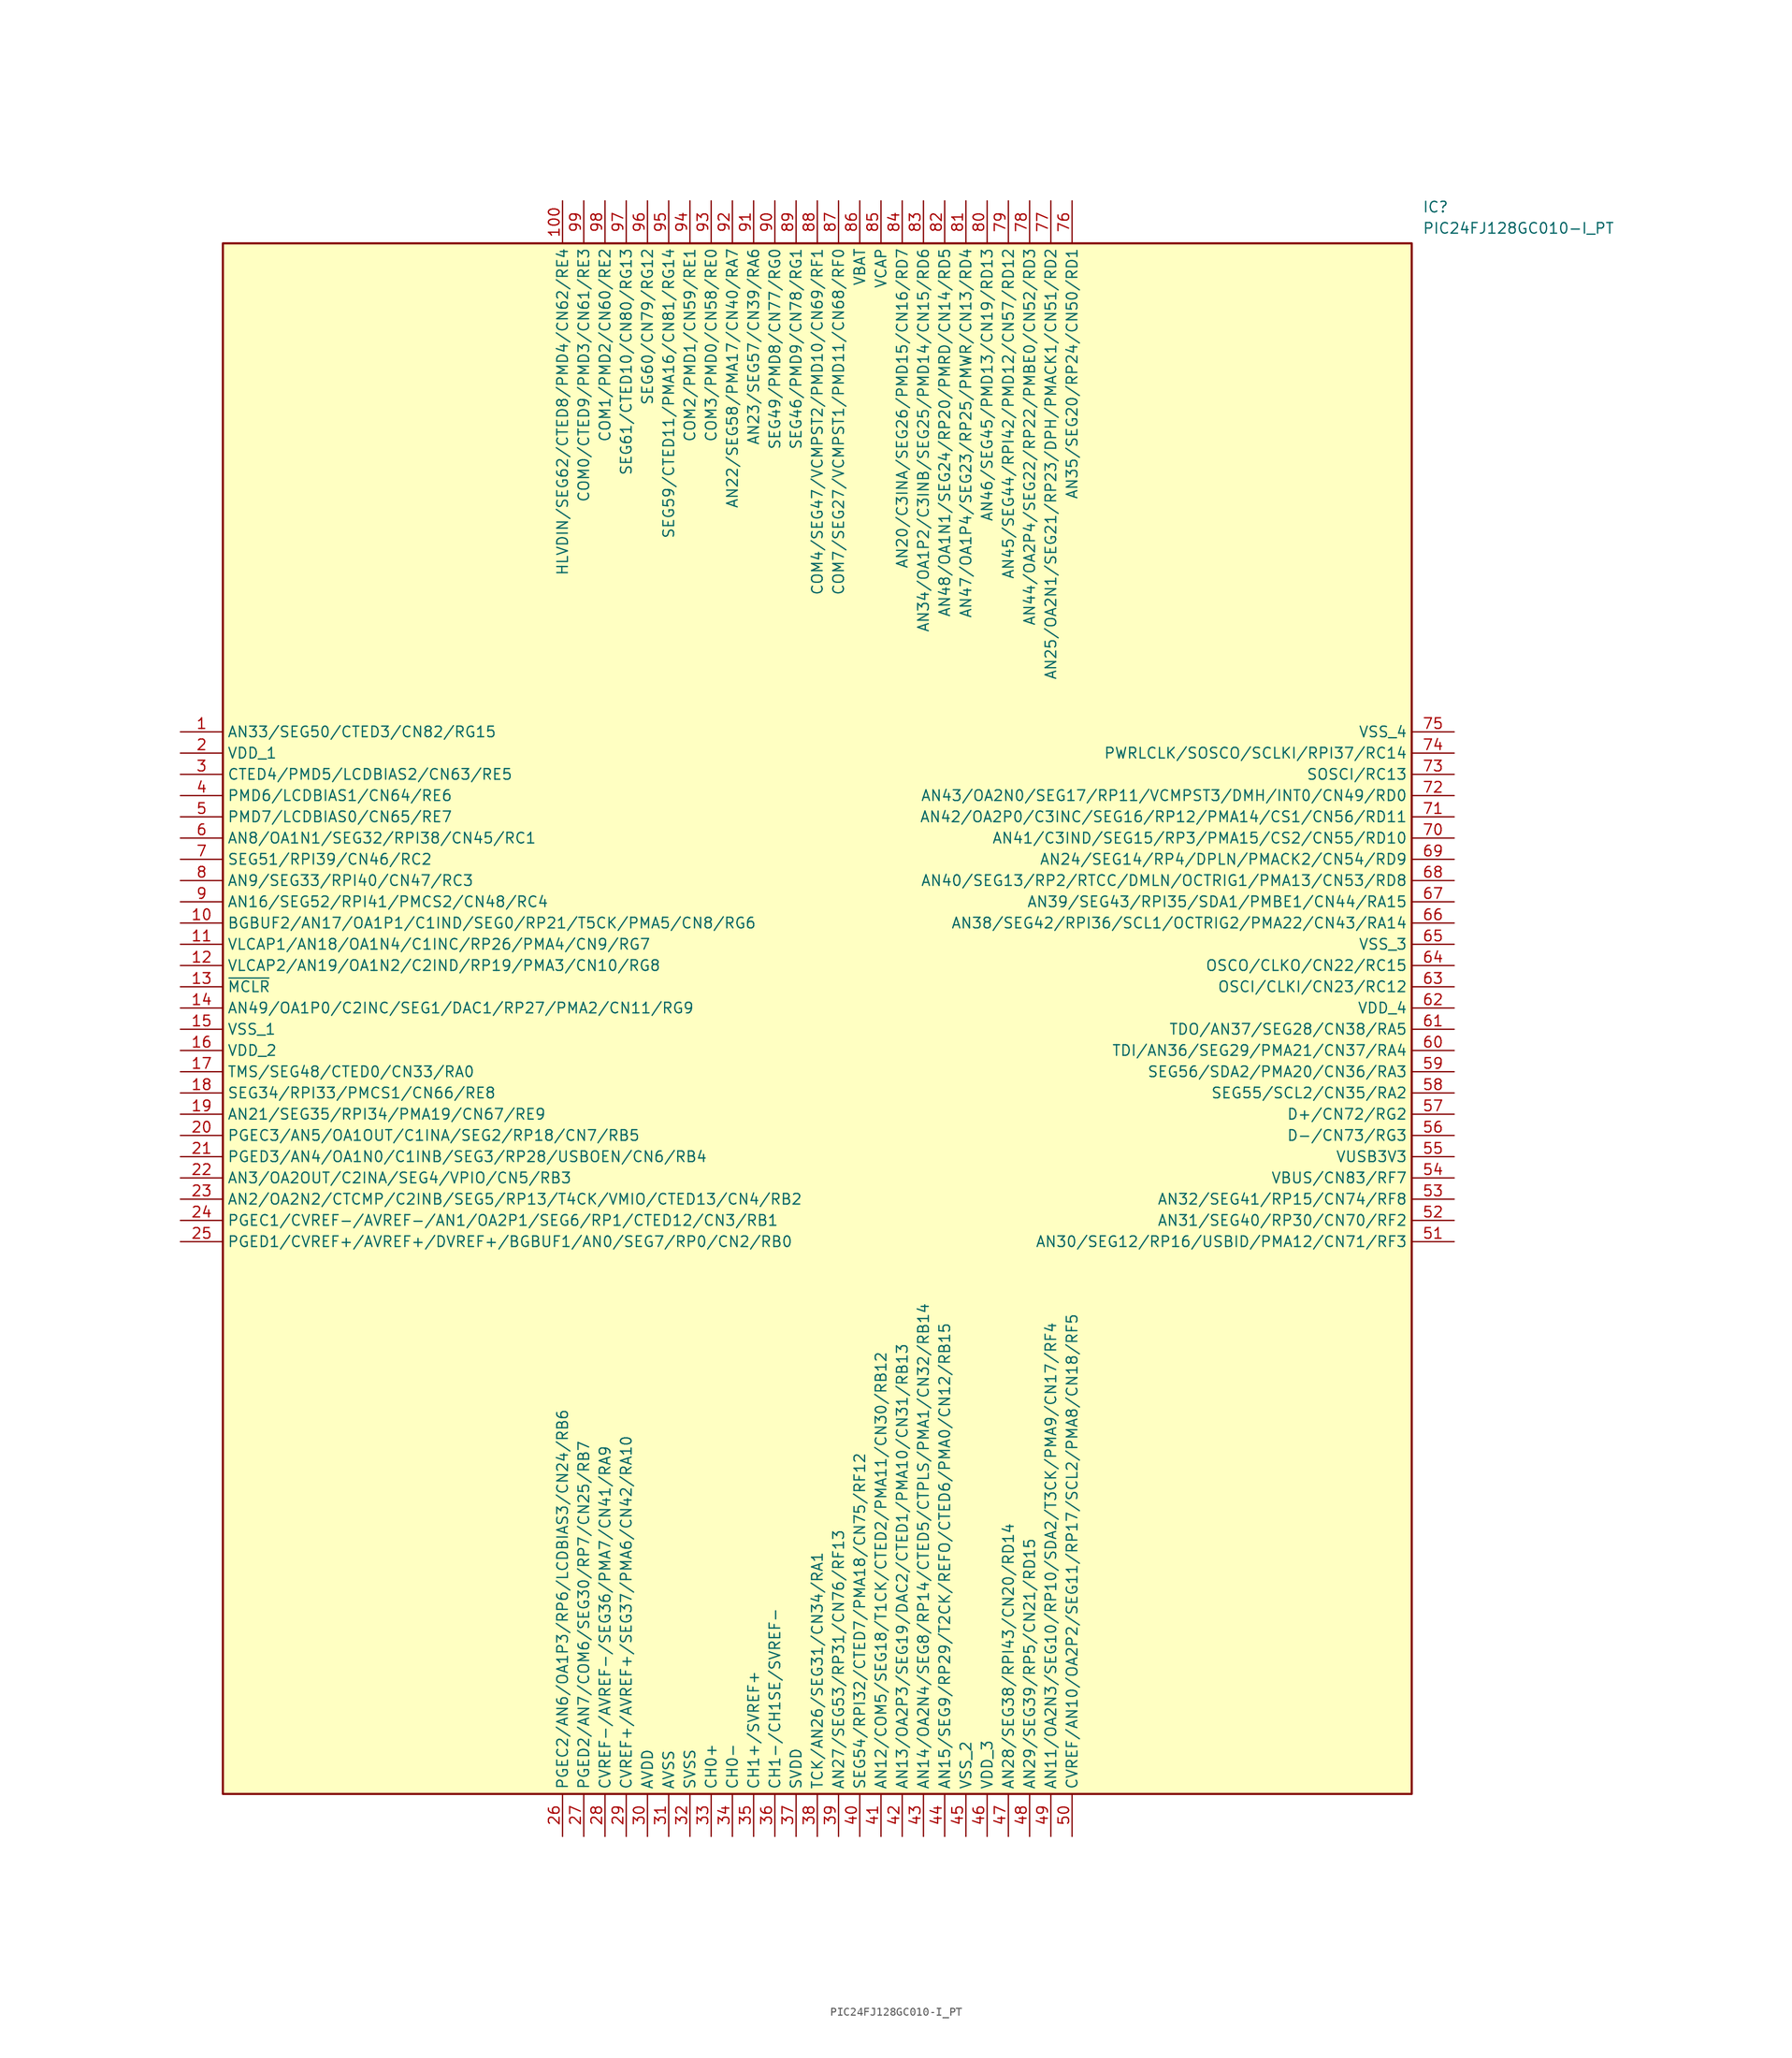
<source format=kicad_sym>
(kicad_symbol_lib
  (version 20211014)
  (generator SamacSys_ECAD_Model)
  (symbol "PIC24FJ128GC010-I_PT"
    (property "Reference" "IC"
      (at 148.59 63.5 0)
      (effects (font (size 1.27 1.27)) (justify left top)))
    (property "Value" "PIC24FJ128GC010-I_PT"
      (at 148.59 60.96 0)
      (effects (font (size 1.27 1.27)) (justify left top)))
    (rectangle
      (start 5.08 58.42)
      (end 147.32 -127)
      (stroke (width 0.254) (type default))
      (fill (type background)))
    (pin passive line
      (at 0 0 0)
      (length 5.08)
      (name "AN33/SEG50/CTED3/CN82/RG15" (effects (font (size 1.27 1.27))))
      (number "1" (effects (font (size 1.27 1.27)))))
    (pin passive line
      (at 0 -2.54 0)
      (length 5.08)
      (name "VDD_1" (effects (font (size 1.27 1.27))))
      (number "2" (effects (font (size 1.27 1.27)))))
    (pin passive line
      (at 0 -5.08 0)
      (length 5.08)
      (name "CTED4/PMD5/LCDBIAS2/CN63/RE5" (effects (font (size 1.27 1.27))))
      (number "3" (effects (font (size 1.27 1.27)))))
    (pin passive line
      (at 0 -7.62 0)
      (length 5.08)
      (name "PMD6/LCDBIAS1/CN64/RE6" (effects (font (size 1.27 1.27))))
      (number "4" (effects (font (size 1.27 1.27)))))
    (pin passive line
      (at 0 -10.16 0)
      (length 5.08)
      (name "PMD7/LCDBIAS0/CN65/RE7" (effects (font (size 1.27 1.27))))
      (number "5" (effects (font (size 1.27 1.27)))))
    (pin passive line
      (at 0 -12.7 0)
      (length 5.08)
      (name "AN8/OA1N1/SEG32/RPI38/CN45/RC1" (effects (font (size 1.27 1.27))))
      (number "6" (effects (font (size 1.27 1.27)))))
    (pin passive line
      (at 0 -15.24 0)
      (length 5.08)
      (name "SEG51/RPI39/CN46/RC2" (effects (font (size 1.27 1.27))))
      (number "7" (effects (font (size 1.27 1.27)))))
    (pin passive line
      (at 0 -17.78 0)
      (length 5.08)
      (name "AN9/SEG33/RPI40/CN47/RC3" (effects (font (size 1.27 1.27))))
      (number "8" (effects (font (size 1.27 1.27)))))
    (pin passive line
      (at 0 -20.32 0)
      (length 5.08)
      (name "AN16/SEG52/RPI41/PMCS2/CN48/RC4" (effects (font (size 1.27 1.27))))
      (number "9" (effects (font (size 1.27 1.27)))))
    (pin passive line
      (at 0 -22.86 0)
      (length 5.08)
      (name "BGBUF2/AN17/OA1P1/C1IND/SEG0/RP21/T5CK/PMA5/CN8/RG6" (effects (font (size 1.27 1.27))))
      (number "10" (effects (font (size 1.27 1.27)))))
    (pin passive line
      (at 0 -25.4 0)
      (length 5.08)
      (name "VLCAP1/AN18/OA1N4/C1INC/RP26/PMA4/CN9/RG7" (effects (font (size 1.27 1.27))))
      (number "11" (effects (font (size 1.27 1.27)))))
    (pin passive line
      (at 0 -27.94 0)
      (length 5.08)
      (name "VLCAP2/AN19/OA1N2/C2IND/RP19/PMA3/CN10/RG8" (effects (font (size 1.27 1.27))))
      (number "12" (effects (font (size 1.27 1.27)))))
    (pin passive line
      (at 0 -30.48 0)
      (length 5.08)
      (name "~{MCLR}" (effects (font (size 1.27 1.27))))
      (number "13" (effects (font (size 1.27 1.27)))))
    (pin passive line
      (at 0 -33.02 0)
      (length 5.08)
      (name "AN49/OA1P0/C2INC/SEG1/DAC1/RP27/PMA2/CN11/RG9" (effects (font (size 1.27 1.27))))
      (number "14" (effects (font (size 1.27 1.27)))))
    (pin passive line
      (at 0 -35.56 0)
      (length 5.08)
      (name "VSS_1" (effects (font (size 1.27 1.27))))
      (number "15" (effects (font (size 1.27 1.27)))))
    (pin passive line
      (at 0 -38.1 0)
      (length 5.08)
      (name "VDD_2" (effects (font (size 1.27 1.27))))
      (number "16" (effects (font (size 1.27 1.27)))))
    (pin passive line
      (at 0 -40.64 0)
      (length 5.08)
      (name "TMS/SEG48/CTED0/CN33/RA0" (effects (font (size 1.27 1.27))))
      (number "17" (effects (font (size 1.27 1.27)))))
    (pin passive line
      (at 0 -43.18 0)
      (length 5.08)
      (name "SEG34/RPI33/PMCS1/CN66/RE8" (effects (font (size 1.27 1.27))))
      (number "18" (effects (font (size 1.27 1.27)))))
    (pin passive line
      (at 0 -45.72 0)
      (length 5.08)
      (name "AN21/SEG35/RPI34/PMA19/CN67/RE9" (effects (font (size 1.27 1.27))))
      (number "19" (effects (font (size 1.27 1.27)))))
    (pin passive line
      (at 0 -48.26 0)
      (length 5.08)
      (name "PGEC3/AN5/OA1OUT/C1INA/SEG2/RP18/CN7/RB5" (effects (font (size 1.27 1.27))))
      (number "20" (effects (font (size 1.27 1.27)))))
    (pin passive line
      (at 0 -50.8 0)
      (length 5.08)
      (name "PGED3/AN4/OA1N0/C1INB/SEG3/RP28/USBOEN/CN6/RB4" (effects (font (size 1.27 1.27))))
      (number "21" (effects (font (size 1.27 1.27)))))
    (pin passive line
      (at 0 -53.34 0)
      (length 5.08)
      (name "AN3/OA2OUT/C2INA/SEG4/VPIO/CN5/RB3" (effects (font (size 1.27 1.27))))
      (number "22" (effects (font (size 1.27 1.27)))))
    (pin passive line
      (at 0 -55.88 0)
      (length 5.08)
      (name "AN2/OA2N2/CTCMP/C2INB/SEG5/RP13/T4CK/VMIO/CTED13/CN4/RB2" (effects (font (size 1.27 1.27))))
      (number "23" (effects (font (size 1.27 1.27)))))
    (pin passive line
      (at 0 -58.42 0)
      (length 5.08)
      (name "PGEC1/CVREF-/AVREF-/AN1/OA2P1/SEG6/RP1/CTED12/CN3/RB1" (effects (font (size 1.27 1.27))))
      (number "24" (effects (font (size 1.27 1.27)))))
    (pin passive line
      (at 0 -60.96 0)
      (length 5.08)
      (name "PGED1/CVREF+/AVREF+/DVREF+/BGBUF1/AN0/SEG7/RP0/CN2/RB0" (effects (font (size 1.27 1.27))))
      (number "25" (effects (font (size 1.27 1.27)))))
    (pin passive line
      (at 45.72 -132.08 90)
      (length 5.08)
      (name "PGEC2/AN6/OA1P3/RP6/LCDBIAS3/CN24/RB6" (effects (font (size 1.27 1.27))))
      (number "26" (effects (font (size 1.27 1.27)))))
    (pin passive line
      (at 48.26 -132.08 90)
      (length 5.08)
      (name "PGED2/AN7/COM6/SEG30/RP7/CN25/RB7" (effects (font (size 1.27 1.27))))
      (number "27" (effects (font (size 1.27 1.27)))))
    (pin passive line
      (at 50.8 -132.08 90)
      (length 5.08)
      (name "CVREF-/AVREF-/SEG36/PMA7/CN41/RA9" (effects (font (size 1.27 1.27))))
      (number "28" (effects (font (size 1.27 1.27)))))
    (pin passive line
      (at 53.34 -132.08 90)
      (length 5.08)
      (name "CVREF+/AVREF+/SEG37/PMA6/CN42/RA10" (effects (font (size 1.27 1.27))))
      (number "29" (effects (font (size 1.27 1.27)))))
    (pin passive line
      (at 55.88 -132.08 90)
      (length 5.08)
      (name "AVDD" (effects (font (size 1.27 1.27))))
      (number "30" (effects (font (size 1.27 1.27)))))
    (pin passive line
      (at 58.42 -132.08 90)
      (length 5.08)
      (name "AVSS" (effects (font (size 1.27 1.27))))
      (number "31" (effects (font (size 1.27 1.27)))))
    (pin passive line
      (at 60.96 -132.08 90)
      (length 5.08)
      (name "SVSS" (effects (font (size 1.27 1.27))))
      (number "32" (effects (font (size 1.27 1.27)))))
    (pin passive line
      (at 63.5 -132.08 90)
      (length 5.08)
      (name "CH0+" (effects (font (size 1.27 1.27))))
      (number "33" (effects (font (size 1.27 1.27)))))
    (pin passive line
      (at 66.04 -132.08 90)
      (length 5.08)
      (name "CH0-" (effects (font (size 1.27 1.27))))
      (number "34" (effects (font (size 1.27 1.27)))))
    (pin passive line
      (at 68.58 -132.08 90)
      (length 5.08)
      (name "CH1+/SVREF+" (effects (font (size 1.27 1.27))))
      (number "35" (effects (font (size 1.27 1.27)))))
    (pin passive line
      (at 71.12 -132.08 90)
      (length 5.08)
      (name "CH1-/CH1SE/SVREF-" (effects (font (size 1.27 1.27))))
      (number "36" (effects (font (size 1.27 1.27)))))
    (pin passive line
      (at 73.66 -132.08 90)
      (length 5.08)
      (name "SVDD" (effects (font (size 1.27 1.27))))
      (number "37" (effects (font (size 1.27 1.27)))))
    (pin passive line
      (at 76.2 -132.08 90)
      (length 5.08)
      (name "TCK/AN26/SEG31/CN34/RA1" (effects (font (size 1.27 1.27))))
      (number "38" (effects (font (size 1.27 1.27)))))
    (pin passive line
      (at 78.74 -132.08 90)
      (length 5.08)
      (name "AN27/SEG53/RP31/CN76/RF13" (effects (font (size 1.27 1.27))))
      (number "39" (effects (font (size 1.27 1.27)))))
    (pin passive line
      (at 81.28 -132.08 90)
      (length 5.08)
      (name "SEG54/RPI32/CTED7/PMA18/CN75/RF12" (effects (font (size 1.27 1.27))))
      (number "40" (effects (font (size 1.27 1.27)))))
    (pin passive line
      (at 83.82 -132.08 90)
      (length 5.08)
      (name "AN12/COM5/SEG18/T1CK/CTED2/PMA11/CN30/RB12" (effects (font (size 1.27 1.27))))
      (number "41" (effects (font (size 1.27 1.27)))))
    (pin passive line
      (at 86.36 -132.08 90)
      (length 5.08)
      (name "AN13/OA2P3/SEG19/DAC2/CTED1/PMA10/CN31/RB13" (effects (font (size 1.27 1.27))))
      (number "42" (effects (font (size 1.27 1.27)))))
    (pin passive line
      (at 88.9 -132.08 90)
      (length 5.08)
      (name "AN14/OA2N4/SEG8/RP14/CTED5/CTPLS/PMA1/CN32/RB14" (effects (font (size 1.27 1.27))))
      (number "43" (effects (font (size 1.27 1.27)))))
    (pin passive line
      (at 91.44 -132.08 90)
      (length 5.08)
      (name "AN15/SEG9/RP29/T2CK/REFO/CTED6/PMA0/CN12/RB15" (effects (font (size 1.27 1.27))))
      (number "44" (effects (font (size 1.27 1.27)))))
    (pin passive line
      (at 93.98 -132.08 90)
      (length 5.08)
      (name "VSS_2" (effects (font (size 1.27 1.27))))
      (number "45" (effects (font (size 1.27 1.27)))))
    (pin passive line
      (at 96.52 -132.08 90)
      (length 5.08)
      (name "VDD_3" (effects (font (size 1.27 1.27))))
      (number "46" (effects (font (size 1.27 1.27)))))
    (pin passive line
      (at 99.06 -132.08 90)
      (length 5.08)
      (name "AN28/SEG38/RPI43/CN20/RD14" (effects (font (size 1.27 1.27))))
      (number "47" (effects (font (size 1.27 1.27)))))
    (pin passive line
      (at 101.6 -132.08 90)
      (length 5.08)
      (name "AN29/SEG39/RP5/CN21/RD15" (effects (font (size 1.27 1.27))))
      (number "48" (effects (font (size 1.27 1.27)))))
    (pin passive line
      (at 104.14 -132.08 90)
      (length 5.08)
      (name "AN11/OA2N3/SEG10/RP10/SDA2/T3CK/PMA9/CN17/RF4" (effects (font (size 1.27 1.27))))
      (number "49" (effects (font (size 1.27 1.27)))))
    (pin passive line
      (at 106.68 -132.08 90)
      (length 5.08)
      (name "CVREF/AN10/OA2P2/SEG11/RP17/SCL2/PMA8/CN18/RF5" (effects (font (size 1.27 1.27))))
      (number "50" (effects (font (size 1.27 1.27)))))
    (pin passive line
      (at 152.4 0 180)
      (length 5.08)
      (name "VSS_4" (effects (font (size 1.27 1.27))))
      (number "75" (effects (font (size 1.27 1.27)))))
    (pin passive line
      (at 152.4 -2.54 180)
      (length 5.08)
      (name "PWRLCLK/SOSCO/SCLKI/RPI37/RC14" (effects (font (size 1.27 1.27))))
      (number "74" (effects (font (size 1.27 1.27)))))
    (pin passive line
      (at 152.4 -5.08 180)
      (length 5.08)
      (name "SOSCI/RC13" (effects (font (size 1.27 1.27))))
      (number "73" (effects (font (size 1.27 1.27)))))
    (pin passive line
      (at 152.4 -7.62 180)
      (length 5.08)
      (name "AN43/OA2N0/SEG17/RP11/VCMPST3/DMH/INT0/CN49/RD0" (effects (font (size 1.27 1.27))))
      (number "72" (effects (font (size 1.27 1.27)))))
    (pin passive line
      (at 152.4 -10.16 180)
      (length 5.08)
      (name "AN42/OA2P0/C3INC/SEG16/RP12/PMA14/CS1/CN56/RD11" (effects (font (size 1.27 1.27))))
      (number "71" (effects (font (size 1.27 1.27)))))
    (pin passive line
      (at 152.4 -12.7 180)
      (length 5.08)
      (name "AN41/C3IND/SEG15/RP3/PMA15/CS2/CN55/RD10" (effects (font (size 1.27 1.27))))
      (number "70" (effects (font (size 1.27 1.27)))))
    (pin passive line
      (at 152.4 -15.24 180)
      (length 5.08)
      (name "AN24/SEG14/RP4/DPLN/PMACK2/CN54/RD9" (effects (font (size 1.27 1.27))))
      (number "69" (effects (font (size 1.27 1.27)))))
    (pin passive line
      (at 152.4 -17.78 180)
      (length 5.08)
      (name "AN40/SEG13/RP2/RTCC/DMLN/OCTRIG1/PMA13/CN53/RD8" (effects (font (size 1.27 1.27))))
      (number "68" (effects (font (size 1.27 1.27)))))
    (pin passive line
      (at 152.4 -20.32 180)
      (length 5.08)
      (name "AN39/SEG43/RPI35/SDA1/PMBE1/CN44/RA15" (effects (font (size 1.27 1.27))))
      (number "67" (effects (font (size 1.27 1.27)))))
    (pin passive line
      (at 152.4 -22.86 180)
      (length 5.08)
      (name "AN38/SEG42/RPI36/SCL1/OCTRIG2/PMA22/CN43/RA14" (effects (font (size 1.27 1.27))))
      (number "66" (effects (font (size 1.27 1.27)))))
    (pin passive line
      (at 152.4 -25.4 180)
      (length 5.08)
      (name "VSS_3" (effects (font (size 1.27 1.27))))
      (number "65" (effects (font (size 1.27 1.27)))))
    (pin passive line
      (at 152.4 -27.94 180)
      (length 5.08)
      (name "OSCO/CLKO/CN22/RC15" (effects (font (size 1.27 1.27))))
      (number "64" (effects (font (size 1.27 1.27)))))
    (pin passive line
      (at 152.4 -30.48 180)
      (length 5.08)
      (name "OSCI/CLKI/CN23/RC12" (effects (font (size 1.27 1.27))))
      (number "63" (effects (font (size 1.27 1.27)))))
    (pin passive line
      (at 152.4 -33.02 180)
      (length 5.08)
      (name "VDD_4" (effects (font (size 1.27 1.27))))
      (number "62" (effects (font (size 1.27 1.27)))))
    (pin passive line
      (at 152.4 -35.56 180)
      (length 5.08)
      (name "TDO/AN37/SEG28/CN38/RA5" (effects (font (size 1.27 1.27))))
      (number "61" (effects (font (size 1.27 1.27)))))
    (pin passive line
      (at 152.4 -38.1 180)
      (length 5.08)
      (name "TDI/AN36/SEG29/PMA21/CN37/RA4" (effects (font (size 1.27 1.27))))
      (number "60" (effects (font (size 1.27 1.27)))))
    (pin passive line
      (at 152.4 -40.64 180)
      (length 5.08)
      (name "SEG56/SDA2/PMA20/CN36/RA3" (effects (font (size 1.27 1.27))))
      (number "59" (effects (font (size 1.27 1.27)))))
    (pin passive line
      (at 152.4 -43.18 180)
      (length 5.08)
      (name "SEG55/SCL2/CN35/RA2" (effects (font (size 1.27 1.27))))
      (number "58" (effects (font (size 1.27 1.27)))))
    (pin passive line
      (at 152.4 -45.72 180)
      (length 5.08)
      (name "D+/CN72/RG2" (effects (font (size 1.27 1.27))))
      (number "57" (effects (font (size 1.27 1.27)))))
    (pin passive line
      (at 152.4 -48.26 180)
      (length 5.08)
      (name "D-/CN73/RG3" (effects (font (size 1.27 1.27))))
      (number "56" (effects (font (size 1.27 1.27)))))
    (pin passive line
      (at 152.4 -50.8 180)
      (length 5.08)
      (name "VUSB3V3" (effects (font (size 1.27 1.27))))
      (number "55" (effects (font (size 1.27 1.27)))))
    (pin passive line
      (at 152.4 -53.34 180)
      (length 5.08)
      (name "VBUS/CN83/RF7" (effects (font (size 1.27 1.27))))
      (number "54" (effects (font (size 1.27 1.27)))))
    (pin passive line
      (at 152.4 -55.88 180)
      (length 5.08)
      (name "AN32/SEG41/RP15/CN74/RF8" (effects (font (size 1.27 1.27))))
      (number "53" (effects (font (size 1.27 1.27)))))
    (pin passive line
      (at 152.4 -58.42 180)
      (length 5.08)
      (name "AN31/SEG40/RP30/CN70/RF2" (effects (font (size 1.27 1.27))))
      (number "52" (effects (font (size 1.27 1.27)))))
    (pin passive line
      (at 152.4 -60.96 180)
      (length 5.08)
      (name "AN30/SEG12/RP16/USBID/PMA12/CN71/RF3" (effects (font (size 1.27 1.27))))
      (number "51" (effects (font (size 1.27 1.27)))))
    (pin passive line
      (at 45.72 63.5 270)
      (length 5.08)
      (name "HLVDIN/SEG62/CTED8/PMD4/CN62/RE4" (effects (font (size 1.27 1.27))))
      (number "100" (effects (font (size 1.27 1.27)))))
    (pin passive line
      (at 48.26 63.5 270)
      (length 5.08)
      (name "COM0/CTED9/PMD3/CN61/RE3" (effects (font (size 1.27 1.27))))
      (number "99" (effects (font (size 1.27 1.27)))))
    (pin passive line
      (at 50.8 63.5 270)
      (length 5.08)
      (name "COM1/PMD2/CN60/RE2" (effects (font (size 1.27 1.27))))
      (number "98" (effects (font (size 1.27 1.27)))))
    (pin passive line
      (at 53.34 63.5 270)
      (length 5.08)
      (name "SEG61/CTED10/CN80/RG13" (effects (font (size 1.27 1.27))))
      (number "97" (effects (font (size 1.27 1.27)))))
    (pin passive line
      (at 55.88 63.5 270)
      (length 5.08)
      (name "SEG60/CN79/RG12" (effects (font (size 1.27 1.27))))
      (number "96" (effects (font (size 1.27 1.27)))))
    (pin passive line
      (at 58.42 63.5 270)
      (length 5.08)
      (name "SEG59/CTED11/PMA16/CN81/RG14" (effects (font (size 1.27 1.27))))
      (number "95" (effects (font (size 1.27 1.27)))))
    (pin passive line
      (at 60.96 63.5 270)
      (length 5.08)
      (name "COM2/PMD1/CN59/RE1" (effects (font (size 1.27 1.27))))
      (number "94" (effects (font (size 1.27 1.27)))))
    (pin passive line
      (at 63.5 63.5 270)
      (length 5.08)
      (name "COM3/PMD0/CN58/RE0" (effects (font (size 1.27 1.27))))
      (number "93" (effects (font (size 1.27 1.27)))))
    (pin passive line
      (at 66.04 63.5 270)
      (length 5.08)
      (name "AN22/SEG58/PMA17/CN40/RA7" (effects (font (size 1.27 1.27))))
      (number "92" (effects (font (size 1.27 1.27)))))
    (pin passive line
      (at 68.58 63.5 270)
      (length 5.08)
      (name "AN23/SEG57/CN39/RA6" (effects (font (size 1.27 1.27))))
      (number "91" (effects (font (size 1.27 1.27)))))
    (pin passive line
      (at 71.12 63.5 270)
      (length 5.08)
      (name "SEG49/PMD8/CN77/RG0" (effects (font (size 1.27 1.27))))
      (number "90" (effects (font (size 1.27 1.27)))))
    (pin passive line
      (at 73.66 63.5 270)
      (length 5.08)
      (name "SEG46/PMD9/CN78/RG1" (effects (font (size 1.27 1.27))))
      (number "89" (effects (font (size 1.27 1.27)))))
    (pin passive line
      (at 76.2 63.5 270)
      (length 5.08)
      (name "COM4/SEG47/VCMPST2/PMD10/CN69/RF1" (effects (font (size 1.27 1.27))))
      (number "88" (effects (font (size 1.27 1.27)))))
    (pin passive line
      (at 78.74 63.5 270)
      (length 5.08)
      (name "COM7/SEG27/VCMPST1/PMD11/CN68/RF0" (effects (font (size 1.27 1.27))))
      (number "87" (effects (font (size 1.27 1.27)))))
    (pin passive line
      (at 81.28 63.5 270)
      (length 5.08)
      (name "VBAT" (effects (font (size 1.27 1.27))))
      (number "86" (effects (font (size 1.27 1.27)))))
    (pin passive line
      (at 83.82 63.5 270)
      (length 5.08)
      (name "VCAP" (effects (font (size 1.27 1.27))))
      (number "85" (effects (font (size 1.27 1.27)))))
    (pin passive line
      (at 86.36 63.5 270)
      (length 5.08)
      (name "AN20/C3INA/SEG26/PMD15/CN16/RD7" (effects (font (size 1.27 1.27))))
      (number "84" (effects (font (size 1.27 1.27)))))
    (pin passive line
      (at 88.9 63.5 270)
      (length 5.08)
      (name "AN34/OA1P2/C3INB/SEG25/PMD14/CN15/RD6" (effects (font (size 1.27 1.27))))
      (number "83" (effects (font (size 1.27 1.27)))))
    (pin passive line
      (at 91.44 63.5 270)
      (length 5.08)
      (name "AN48/OA1N1/SEG24/RP20/PMRD/CN14/RD5" (effects (font (size 1.27 1.27))))
      (number "82" (effects (font (size 1.27 1.27)))))
    (pin passive line
      (at 93.98 63.5 270)
      (length 5.08)
      (name "AN47/OA1P4/SEG23/RP25/PMWR/CN13/RD4" (effects (font (size 1.27 1.27))))
      (number "81" (effects (font (size 1.27 1.27)))))
    (pin passive line
      (at 96.52 63.5 270)
      (length 5.08)
      (name "AN46/SEG45/PMD13/CN19/RD13" (effects (font (size 1.27 1.27))))
      (number "80" (effects (font (size 1.27 1.27)))))
    (pin passive line
      (at 99.06 63.5 270)
      (length 5.08)
      (name "AN45/SEG44/RPI42/PMD12/CN57/RD12" (effects (font (size 1.27 1.27))))
      (number "79" (effects (font (size 1.27 1.27)))))
    (pin passive line
      (at 101.6 63.5 270)
      (length 5.08)
      (name "AN44/OA2P4/SEG22/RP22/PMBE0/CN52/RD3" (effects (font (size 1.27 1.27))))
      (number "78" (effects (font (size 1.27 1.27)))))
    (pin passive line
      (at 104.14 63.5 270)
      (length 5.08)
      (name "AN25/OA2N1/SEG21/RP23/DPH/PMACK1/CN51/RD2" (effects (font (size 1.27 1.27))))
      (number "77" (effects (font (size 1.27 1.27)))))
    (pin passive line
      (at 106.68 63.5 270)
      (length 5.08)
      (name "AN35/SEG20/RP24/CN50/RD1" (effects (font (size 1.27 1.27))))
      (number "76" (effects (font (size 1.27 1.27)))))))
</source>
